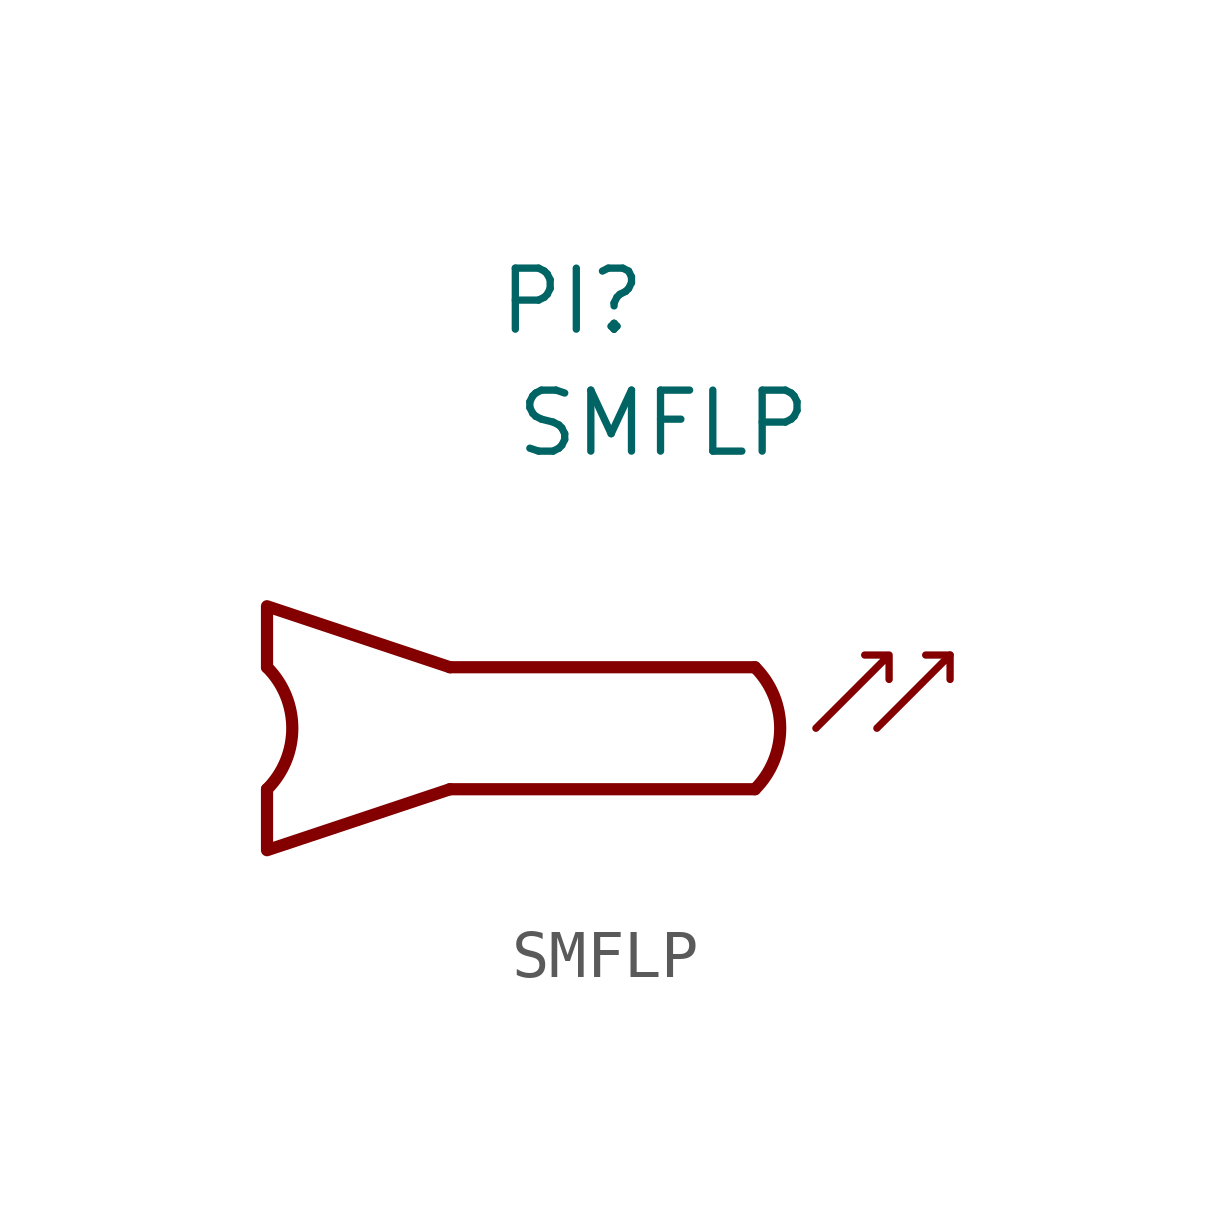
<source format=kicad_sym>
(kicad_symbol_lib
  (version 20211014)
  (generator kicad_symbol_editor)
  (symbol "SMFLP"
    (property "Reference" "PI"
      (at 2.54 8.89 0)
      (effects (font (size 1.27 1.27))))
    (property "Value" "SMFLP"
      (at 4.445 6.35 0)
      (effects (font (size 1.27 1.27))))
    (symbol "SMFLP_0_1"
      (arc (start -3.8099 -1.27) (mid -3.2839 0) (end -3.8099 1.27) (stroke (width 0.254) (type default) (color 0 0 0 0)) (fill (type none)))
      (polyline (pts (xy 0 1.27) (xy 6.35 1.27)) (stroke (width 0.254) (type default) (color 0 0 0 0)) (fill (type none)))
      (polyline (pts (xy 6.35 -1.27) (xy 0 -1.27)) (stroke (width 0.254) (type default) (color 0 0 0 0)) (fill (type none)))
      (polyline (pts (xy 10.414 1.524) (xy 9.906 1.524)) (stroke (width 0) (type default) (color 0 0 0 0)) (fill (type none)))
      (polyline (pts (xy 8.89 0) (xy 10.414 1.524) (xy 10.414 1.016)) (stroke (width 0) (type default) (color 0 0 0 0)) (fill (type none)))
      (polyline (pts (xy 0 -1.27) (xy 0 -1.27) (xy -3.81 -2.54) (xy -3.81 -1.27)) (stroke (width 0.254) (type default) (color 0 0 0 0)) (fill (type none)))
      (polyline (pts (xy 0 1.27) (xy 0 1.27) (xy -3.81 2.54) (xy -3.81 1.27)) (stroke (width 0.254) (type default) (color 0 0 0 0)) (fill (type none)))
      (polyline (pts (xy 7.62 0) (xy 9.144 1.524) (xy 9.144 1.016) (xy 9.144 1.524) (xy 8.636 1.524)) (stroke (width 0) (type default) (color 0 0 0 0)) (fill (type none)))
      (arc (start 6.3501 -1.27) (mid 6.8761 0) (end 6.3501 1.27) (stroke (width 0.254) (type default) (color 0 0 0 0)) (fill (type none))))))
</source>
